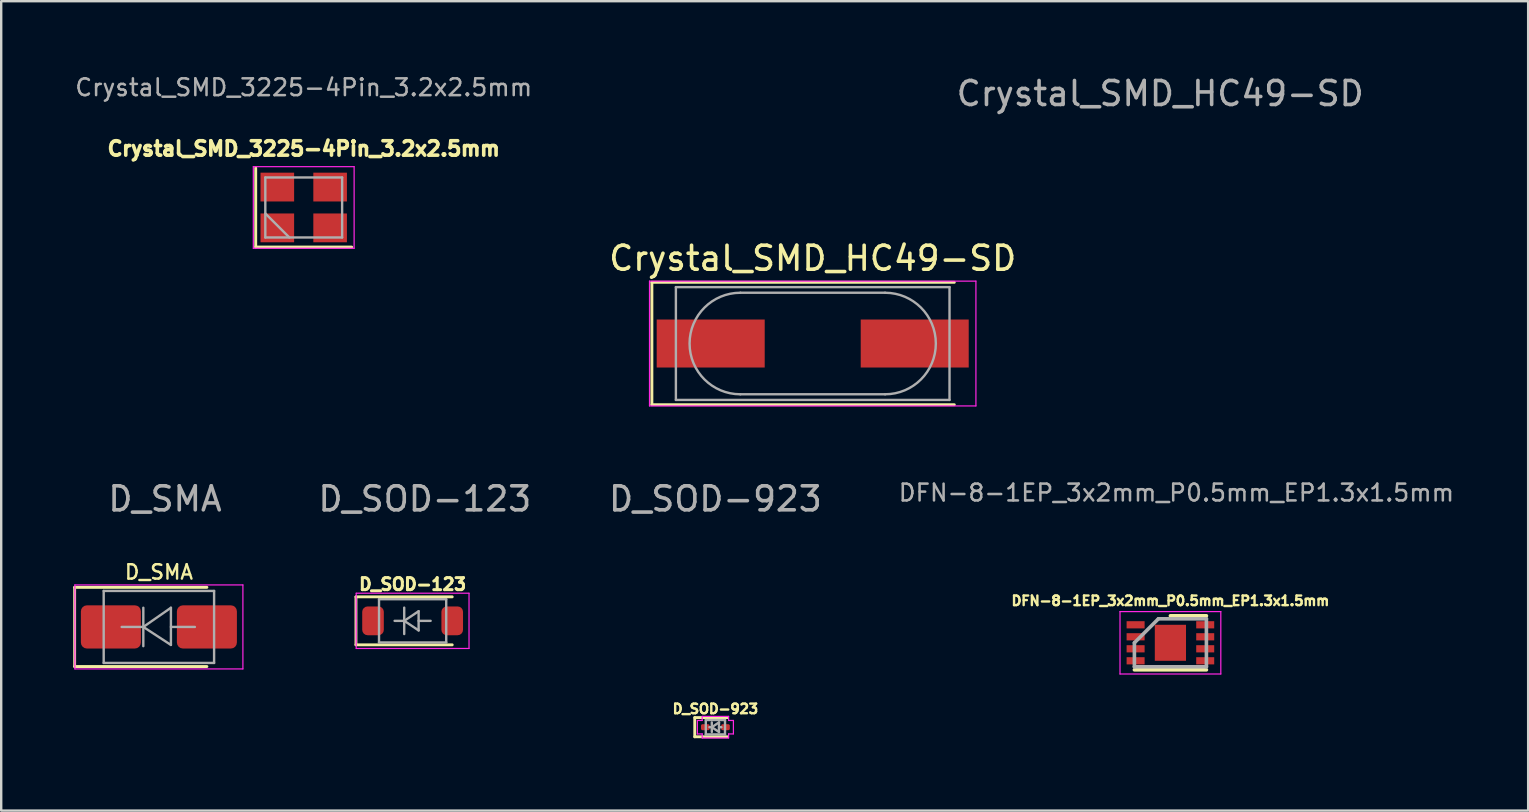
<source format=kicad_pcb>
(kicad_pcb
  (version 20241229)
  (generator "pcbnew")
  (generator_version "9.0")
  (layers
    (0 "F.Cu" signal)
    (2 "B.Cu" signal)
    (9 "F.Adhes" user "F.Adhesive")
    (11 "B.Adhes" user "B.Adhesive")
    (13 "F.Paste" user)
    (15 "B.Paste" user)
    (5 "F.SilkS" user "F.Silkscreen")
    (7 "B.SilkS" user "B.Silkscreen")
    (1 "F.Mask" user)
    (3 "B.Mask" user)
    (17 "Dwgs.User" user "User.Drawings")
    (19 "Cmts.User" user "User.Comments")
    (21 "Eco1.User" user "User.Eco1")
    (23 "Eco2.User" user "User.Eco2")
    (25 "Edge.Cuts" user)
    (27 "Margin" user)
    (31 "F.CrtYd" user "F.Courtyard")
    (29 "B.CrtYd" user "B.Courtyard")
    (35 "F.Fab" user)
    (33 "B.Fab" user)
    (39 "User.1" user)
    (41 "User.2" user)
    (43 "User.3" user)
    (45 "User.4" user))
  (footprint "D_SMA"
    (layer "F.Cu")
    (at 3.57 23.07)
    (property "Reference" "D_SMA" (at 0 -2.286 0) (layer "F.SilkS") (effects (font (size 0.6 0.6) (thickness 0.1))))
    (attr smd)
    (fp_line (start -3.51 -1.65) (end -3.51 1.65) (stroke (width 0.12) (type solid)) (layer "F.SilkS"))
    (fp_line (start -3.51 -1.65) (end 2 -1.65) (stroke (width 0.12) (type solid)) (layer "F.SilkS"))
    (fp_line (start -3.51 1.65) (end 2 1.65) (stroke (width 0.12) (type solid)) (layer "F.SilkS"))
    (fp_line (start -3.5 -1.75) (end 3.5 -1.75) (stroke (width 0.05) (type solid)) (layer "F.CrtYd"))
    (fp_line (start -3.5 1.75) (end -3.5 -1.75) (stroke (width 0.05) (type solid)) (layer "F.CrtYd"))
    (fp_line (start 3.5 -1.75) (end 3.5 1.75) (stroke (width 0.05) (type solid)) (layer "F.CrtYd"))
    (fp_line (start 3.5 1.75) (end -3.5 1.75) (stroke (width 0.05) (type solid)) (layer "F.CrtYd"))
    (fp_line (start -2.3 1.5) (end -2.3 -1.5) (stroke (width 0.1) (type solid)) (layer "F.Fab"))
    (fp_line (start -0.649 -0.799) (end -0.649 0.801) (stroke (width 0.1) (type solid)) (layer "F.Fab"))
    (fp_line (start -0.649 0.001) (end -1.551 0.001) (stroke (width 0.1) (type solid)) (layer "F.Fab"))
    (fp_line (start -0.649 0.001) (end 0.501 -0.799) (stroke (width 0.1) (type solid)) (layer "F.Fab"))
    (fp_line (start -0.649 0.001) (end 0.501 0.75) (stroke (width 0.1) (type solid)) (layer "F.Fab"))
    (fp_line (start 0.501 0.001) (end 1.499 0.001) (stroke (width 0.1) (type solid)) (layer "F.Fab"))
    (fp_line (start 0.501 0.75) (end 0.501 -0.799) (stroke (width 0.1) (type solid)) (layer "F.Fab"))
    (fp_line (start 2.3 -1.5) (end -2.3 -1.5) (stroke (width 0.1) (type solid)) (layer "F.Fab"))
    (fp_line (start 2.3 -1.5) (end 2.3 1.5) (stroke (width 0.1) (type solid)) (layer "F.Fab"))
    (fp_line (start 2.3 1.5) (end -2.3 1.5) (stroke (width 0.1) (type solid)) (layer "F.Fab"))
    (fp_text user "${REFERENCE}" (at 0.254 -5.334 0) (layer "F.Fab") (effects (font (size 1 1) (thickness 0.15))))
    (pad "1" smd roundrect (at -2 0) (size 2.5 1.8) (layers "F.Cu" "F.Mask" "F.Paste") (roundrect_rratio 0.139))
    (pad "2" smd roundrect (at 2 0) (size 2.5 1.8) (layers "F.Cu" "F.Mask" "F.Paste") (roundrect_rratio 0.139)))
  (footprint "D_SOD-123"
    (layer "F.Cu")
    (at 14.141 22.816)
    (property "Reference" "D_SOD-123" (at 0 -1.524 0) (layer "F.SilkS") (effects (font (size 0.5 0.5) (thickness 0.125))))
    (attr smd)
    (fp_line (start -2.36 -1) (end -2.36 1) (stroke (width 0.12) (type solid)) (layer "F.SilkS"))
    (fp_line (start -2.36 -1) (end 1.65 -1) (stroke (width 0.12) (type solid)) (layer "F.SilkS"))
    (fp_line (start -2.36 1) (end 1.65 1) (stroke (width 0.12) (type solid)) (layer "F.SilkS"))
    (fp_line (start -2.35 -1.15) (end -2.35 1.15) (stroke (width 0.05) (type solid)) (layer "F.CrtYd"))
    (fp_line (start -2.35 -1.15) (end 2.35 -1.15) (stroke (width 0.05) (type solid)) (layer "F.CrtYd"))
    (fp_line (start 2.35 -1.15) (end 2.35 1.15) (stroke (width 0.05) (type solid)) (layer "F.CrtYd"))
    (fp_line (start 2.35 1.15) (end -2.35 1.15) (stroke (width 0.05) (type solid)) (layer "F.CrtYd"))
    (fp_line (start -1.4 -0.9) (end 1.4 -0.9) (stroke (width 0.1) (type solid)) (layer "F.Fab"))
    (fp_line (start -1.4 0.9) (end -1.4 -0.9) (stroke (width 0.1) (type solid)) (layer "F.Fab"))
    (fp_line (start -0.75 0) (end -0.35 0) (stroke (width 0.1) (type solid)) (layer "F.Fab"))
    (fp_line (start -0.35 0) (end -0.35 -0.55) (stroke (width 0.1) (type solid)) (layer "F.Fab"))
    (fp_line (start -0.35 0) (end -0.35 0.55) (stroke (width 0.1) (type solid)) (layer "F.Fab"))
    (fp_line (start -0.35 0) (end 0.25 -0.4) (stroke (width 0.1) (type solid)) (layer "F.Fab"))
    (fp_line (start 0.25 -0.4) (end 0.25 0.4) (stroke (width 0.1) (type solid)) (layer "F.Fab"))
    (fp_line (start 0.25 0) (end 0.75 0) (stroke (width 0.1) (type solid)) (layer "F.Fab"))
    (fp_line (start 0.25 0.4) (end -0.35 0) (stroke (width 0.1) (type solid)) (layer "F.Fab"))
    (fp_line (start 1.4 -0.9) (end 1.4 0.9) (stroke (width 0.1) (type solid)) (layer "F.Fab"))
    (fp_line (start 1.4 0.9) (end -1.4 0.9) (stroke (width 0.1) (type solid)) (layer "F.Fab"))
    (fp_text user "${REFERENCE}" (at 0.508 -5.08 0) (layer "F.Fab") (effects (font (size 1 1) (thickness 0.15))))
    (pad "1" smd roundrect (at -1.65 0) (size 0.9 1.2) (layers "F.Cu" "F.Mask" "F.Paste") (roundrect_rratio 0.25))
    (pad "2" smd roundrect (at 1.65 0) (size 0.9 1.2) (layers "F.Cu" "F.Mask" "F.Paste") (roundrect_rratio 0.25)))
  (footprint "Crystal_SMD_HC49-SD"
    (layer "F.Cu")
    (at 30.81 11.262)
    (property "Reference" "Crystal_SMD_HC49-SD" (at 0 -3.55 0) (layer "F.SilkS") (effects (font (size 1 1) (thickness 0.15))))
    (attr smd)
    (fp_line (start -6.7 -2.55) (end -6.7 2.55) (stroke (width 0.12) (type solid)) (layer "F.SilkS"))
    (fp_line (start -6.7 2.55) (end 5.9 2.55) (stroke (width 0.12) (type solid)) (layer "F.SilkS"))
    (fp_line (start 5.9 -2.55) (end -6.7 -2.55) (stroke (width 0.12) (type solid)) (layer "F.SilkS"))
    (fp_line (start -6.8 -2.6) (end -6.8 2.6) (stroke (width 0.05) (type solid)) (layer "F.CrtYd"))
    (fp_line (start -6.8 2.6) (end 6.8 2.6) (stroke (width 0.05) (type solid)) (layer "F.CrtYd"))
    (fp_line (start 6.8 -2.6) (end -6.8 -2.6) (stroke (width 0.05) (type solid)) (layer "F.CrtYd"))
    (fp_line (start 6.8 2.6) (end 6.8 -2.6) (stroke (width 0.05) (type solid)) (layer "F.CrtYd"))
    (fp_line (start -5.7 -2.35) (end -5.7 2.35) (stroke (width 0.1) (type solid)) (layer "F.Fab"))
    (fp_line (start -5.7 2.35) (end 5.7 2.35) (stroke (width 0.1) (type solid)) (layer "F.Fab"))
    (fp_line (start -3.015 -2.115) (end 3.015 -2.115) (stroke (width 0.1) (type solid)) (layer "F.Fab"))
    (fp_line (start -3.015 2.115) (end 3.015 2.115) (stroke (width 0.1) (type solid)) (layer "F.Fab"))
    (fp_line (start 5.7 -2.35) (end -5.7 -2.35) (stroke (width 0.1) (type solid)) (layer "F.Fab"))
    (fp_line (start 5.7 2.35) (end 5.7 -2.35) (stroke (width 0.1) (type solid)) (layer "F.Fab"))
    (fp_arc (start -3.015 2.115) (mid -5.13 0) (end -3.015 -2.115) (stroke (width 0.1) (type solid)) (layer "F.Fab"))
    (fp_arc (start 3.015 -2.115) (mid 5.13 0) (end 3.015 2.115) (stroke (width 0.1) (type solid)) (layer "F.Fab"))
    (fp_text user "${REFERENCE}" (at 14.478 -10.414 0) (layer "F.Fab") (effects (font (size 1 1) (thickness 0.15))))
    (pad "1" smd rect (at -4.25 0) (size 4.5 2) (layers "F.Cu" "F.Mask" "F.Paste"))
    (pad "2" smd rect (at 4.25 0) (size 4.5 2) (layers "F.Cu" "F.Mask" "F.Paste")))
  (footprint "DFN-8-1EP_3x2mm_P0.5mm_EP1.3x1.5mm"
    (layer "F.Cu")
    (at 45.713 23.731)
    (property "Reference" "DFN-8-1EP_3x2mm_P0.5mm_EP1.3x1.5mm" (at 0 -1.75 0) (layer "F.SilkS") (effects (font (size 0.4 0.4) (thickness 0.1))))
    (attr smd)
    (fp_line (start -1.5 1.125) (end 1.5 1.125) (stroke (width 0.15) (type solid)) (layer "F.SilkS"))
    (fp_line (start 0 -1.125) (end 1.5 -1.125) (stroke (width 0.15) (type solid)) (layer "F.SilkS"))
    (fp_line (start -2.1 -1.3) (end -2.1 1.3) (stroke (width 0.05) (type solid)) (layer "F.CrtYd"))
    (fp_line (start -2.1 -1.3) (end 2.1 -1.3) (stroke (width 0.05) (type solid)) (layer "F.CrtYd"))
    (fp_line (start -2.1 1.3) (end 2.1 1.3) (stroke (width 0.05) (type solid)) (layer "F.CrtYd"))
    (fp_line (start 2.1 -1.3) (end 2.1 1.3) (stroke (width 0.05) (type solid)) (layer "F.CrtYd"))
    (fp_line (start -1.5 0) (end -0.5 -1) (stroke (width 0.15) (type solid)) (layer "F.Fab"))
    (fp_line (start -1.5 1) (end -1.5 0) (stroke (width 0.15) (type solid)) (layer "F.Fab"))
    (fp_line (start -0.5 -1) (end 1.5 -1) (stroke (width 0.15) (type solid)) (layer "F.Fab"))
    (fp_line (start 1.5 -1) (end 1.5 1) (stroke (width 0.15) (type solid)) (layer "F.Fab"))
    (fp_line (start 1.5 1) (end -1.5 1) (stroke (width 0.15) (type solid)) (layer "F.Fab"))
    (fp_text user "${REFERENCE}" (at 0.25 -6.25 0) (layer "F.Fab") (effects (font (size 0.7 0.7) (thickness 0.105))))
    (pad "" smd rect (at -0.325 -0.375) (size 0.5 0.6) (layers "F.Paste"))
    (pad "" smd rect (at -0.325 0.375) (size 0.5 0.6) (layers "F.Paste"))
    (pad "" smd rect (at 0.325 -0.375) (size 0.5 0.6) (layers "F.Paste"))
    (pad "" smd rect (at 0.325 0.375) (size 0.5 0.6) (layers "F.Paste"))
    (pad "1" smd rect (at -1.45 -0.75) (size 0.75 0.3) (layers "F.Cu" "F.Mask" "F.Paste"))
    (pad "2" smd rect (at -1.45 -0.25) (size 0.75 0.3) (layers "F.Cu" "F.Mask" "F.Paste"))
    (pad "3" smd rect (at -1.45 0.25) (size 0.75 0.3) (layers "F.Cu" "F.Mask" "F.Paste"))
    (pad "4" smd rect (at -1.45 0.75) (size 0.75 0.3) (layers "F.Cu" "F.Mask" "F.Paste"))
    (pad "5" smd rect (at 1.45 0.75) (size 0.75 0.3) (layers "F.Cu" "F.Mask" "F.Paste"))
    (pad "6" smd rect (at 1.45 0.25) (size 0.75 0.3) (layers "F.Cu" "F.Mask" "F.Paste"))
    (pad "7" smd rect (at 1.45 -0.25) (size 0.75 0.3) (layers "F.Cu" "F.Mask" "F.Paste"))
    (pad "8" smd rect (at 1.45 -0.75) (size 0.75 0.3) (layers "F.Cu" "F.Mask" "F.Paste"))
    (pad "9" smd rect (at 0 0) (size 1.3 1.5) (layers "F.Cu" "F.Mask")))
  (footprint "Crystal_SMD_3225-4Pin_3.2x2.5mm"
    (layer "F.Cu")
    (at 9.604 5.594)
    (property "Reference" "Crystal_SMD_3225-4Pin_3.2x2.5mm" (at 0 -2.45 0) (layer "F.SilkS") (effects (font (size 0.6 0.6) (thickness 0.15))))
    (attr smd)
    (fp_line (start -2 -1.65) (end -2 1.65) (stroke (width 0.12) (type solid)) (layer "F.SilkS"))
    (fp_line (start -2 1.65) (end 2 1.65) (stroke (width 0.12) (type solid)) (layer "F.SilkS"))
    (fp_line (start -2.1 -1.7) (end -2.1 1.7) (stroke (width 0.05) (type solid)) (layer "F.CrtYd"))
    (fp_line (start -2.1 1.7) (end 2.1 1.7) (stroke (width 0.05) (type solid)) (layer "F.CrtYd"))
    (fp_line (start 2.1 -1.7) (end -2.1 -1.7) (stroke (width 0.05) (type solid)) (layer "F.CrtYd"))
    (fp_line (start 2.1 1.7) (end 2.1 -1.7) (stroke (width 0.05) (type solid)) (layer "F.CrtYd"))
    (fp_line (start -1.6 -1.25) (end -1.6 1.25) (stroke (width 0.1) (type solid)) (layer "F.Fab"))
    (fp_line (start -1.6 0.25) (end -0.6 1.25) (stroke (width 0.1) (type solid)) (layer "F.Fab"))
    (fp_line (start -1.6 1.25) (end 1.6 1.25) (stroke (width 0.1) (type solid)) (layer "F.Fab"))
    (fp_line (start 1.6 -1.25) (end -1.6 -1.25) (stroke (width 0.1) (type solid)) (layer "F.Fab"))
    (fp_line (start 1.6 1.25) (end 1.6 -1.25) (stroke (width 0.1) (type solid)) (layer "F.Fab"))
    (fp_text user "${REFERENCE}" (at 0 -5 0) (layer "F.Fab") (effects (font (size 0.7 0.7) (thickness 0.105))))
    (pad "1" smd rect (at -1.1 0.85) (size 1.4 1.2) (layers "F.Cu" "F.Mask" "F.Paste"))
    (pad "2" smd rect (at 1.1 0.85) (size 1.4 1.2) (layers "F.Cu" "F.Mask" "F.Paste"))
    (pad "3" smd rect (at 1.1 -0.85) (size 1.4 1.2) (layers "F.Cu" "F.Mask" "F.Paste"))
    (pad "4" smd rect (at -1.1 -0.85) (size 1.4 1.2) (layers "F.Cu" "F.Mask" "F.Paste")))
  (footprint "D_SOD-923"
    (layer "F.Cu")
    (at 26.756 27.247)
    (property "Reference" "D_SOD-923" (at 0 -0.762 0) (layer "F.SilkS") (effects (font (size 0.4 0.4) (thickness 0.1))))
    (attr smd)
    (fp_line (start -0.86 -0.4) (end -0.86 0.4) (stroke (width 0.12) (type solid)) (layer "F.SilkS"))
    (fp_line (start 0.5 -0.4) (end -0.86 -0.4) (stroke (width 0.12) (type solid)) (layer "F.SilkS"))
    (fp_line (start 0.5 0.4) (end -0.86 0.4) (stroke (width 0.12) (type solid)) (layer "F.SilkS"))
    (fp_line (start -0.75 -0.28) (end -0.75 0.28) (stroke (width 0.05) (type solid)) (layer "F.CrtYd"))
    (fp_line (start -0.75 0.28) (end -0.55 0.28) (stroke (width 0.05) (type solid)) (layer "F.CrtYd"))
    (fp_line (start -0.55 -0.45) (end 0.55 -0.45) (stroke (width 0.05) (type solid)) (layer "F.CrtYd"))
    (fp_line (start -0.55 -0.28) (end -0.75 -0.28) (stroke (width 0.05) (type solid)) (layer "F.CrtYd"))
    (fp_line (start -0.55 -0.28) (end -0.55 -0.45) (stroke (width 0.05) (type solid)) (layer "F.CrtYd"))
    (fp_line (start -0.55 0.45) (end -0.55 0.28) (stroke (width 0.05) (type solid)) (layer "F.CrtYd"))
    (fp_line (start 0.55 -0.45) (end 0.55 -0.28) (stroke (width 0.05) (type solid)) (layer "F.CrtYd"))
    (fp_line (start 0.55 -0.28) (end 0.75 -0.28) (stroke (width 0.05) (type solid)) (layer "F.CrtYd"))
    (fp_line (start 0.55 0.28) (end 0.55 0.45) (stroke (width 0.05) (type solid)) (layer "F.CrtYd"))
    (fp_line (start 0.55 0.45) (end -0.55 0.45) (stroke (width 0.05) (type solid)) (layer "F.CrtYd"))
    (fp_line (start 0.75 -0.28) (end 0.75 0.28) (stroke (width 0.05) (type solid)) (layer "F.CrtYd"))
    (fp_line (start 0.75 0.28) (end 0.55 0.28) (stroke (width 0.05) (type solid)) (layer "F.CrtYd"))
    (fp_line (start -0.4 -0.3) (end 0.4 -0.3) (stroke (width 0.1) (type solid)) (layer "F.Fab"))
    (fp_line (start -0.4 0.3) (end -0.4 -0.3) (stroke (width 0.1) (type solid)) (layer "F.Fab"))
    (fp_line (start -0.15 0) (end -0.25 0) (stroke (width 0.1) (type solid)) (layer "F.Fab"))
    (fp_line (start -0.15 0) (end 0.15 0.2) (stroke (width 0.1) (type solid)) (layer "F.Fab"))
    (fp_line (start -0.15 0.2) (end -0.15 -0.2) (stroke (width 0.1) (type solid)) (layer "F.Fab"))
    (fp_line (start 0.15 -0.2) (end -0.15 0) (stroke (width 0.1) (type solid)) (layer "F.Fab"))
    (fp_line (start 0.15 0) (end 0.25 0) (stroke (width 0.1) (type solid)) (layer "F.Fab"))
    (fp_line (start 0.15 0.2) (end 0.15 -0.2) (stroke (width 0.1) (type solid)) (layer "F.Fab"))
    (fp_line (start 0.4 -0.3) (end 0.4 0.3) (stroke (width 0.1) (type solid)) (layer "F.Fab"))
    (fp_line (start 0.4 0.3) (end -0.4 0.3) (stroke (width 0.1) (type solid)) (layer "F.Fab"))
    (fp_text user "${REFERENCE}" (at 0 -9.512 0) (layer "F.Fab") (effects (font (size 1 1) (thickness 0.15))))
    (pad "1" smd roundrect (at -0.42 0 180) (size 0.36 0.25) (layers "F.Cu" "F.Mask" "F.Paste") (roundrect_rratio 0.25))
    (pad "2" smd roundrect (at 0.42 0 180) (size 0.36 0.25) (layers "F.Cu" "F.Mask" "F.Paste") (roundrect_rratio 0.25)))
  (gr_rect
    (start -3 -3)
    (end 60.618 30.723)
    (stroke (width 0.1) (type default))
    (fill no)
    (layer "Edge.Cuts")))
</source>
